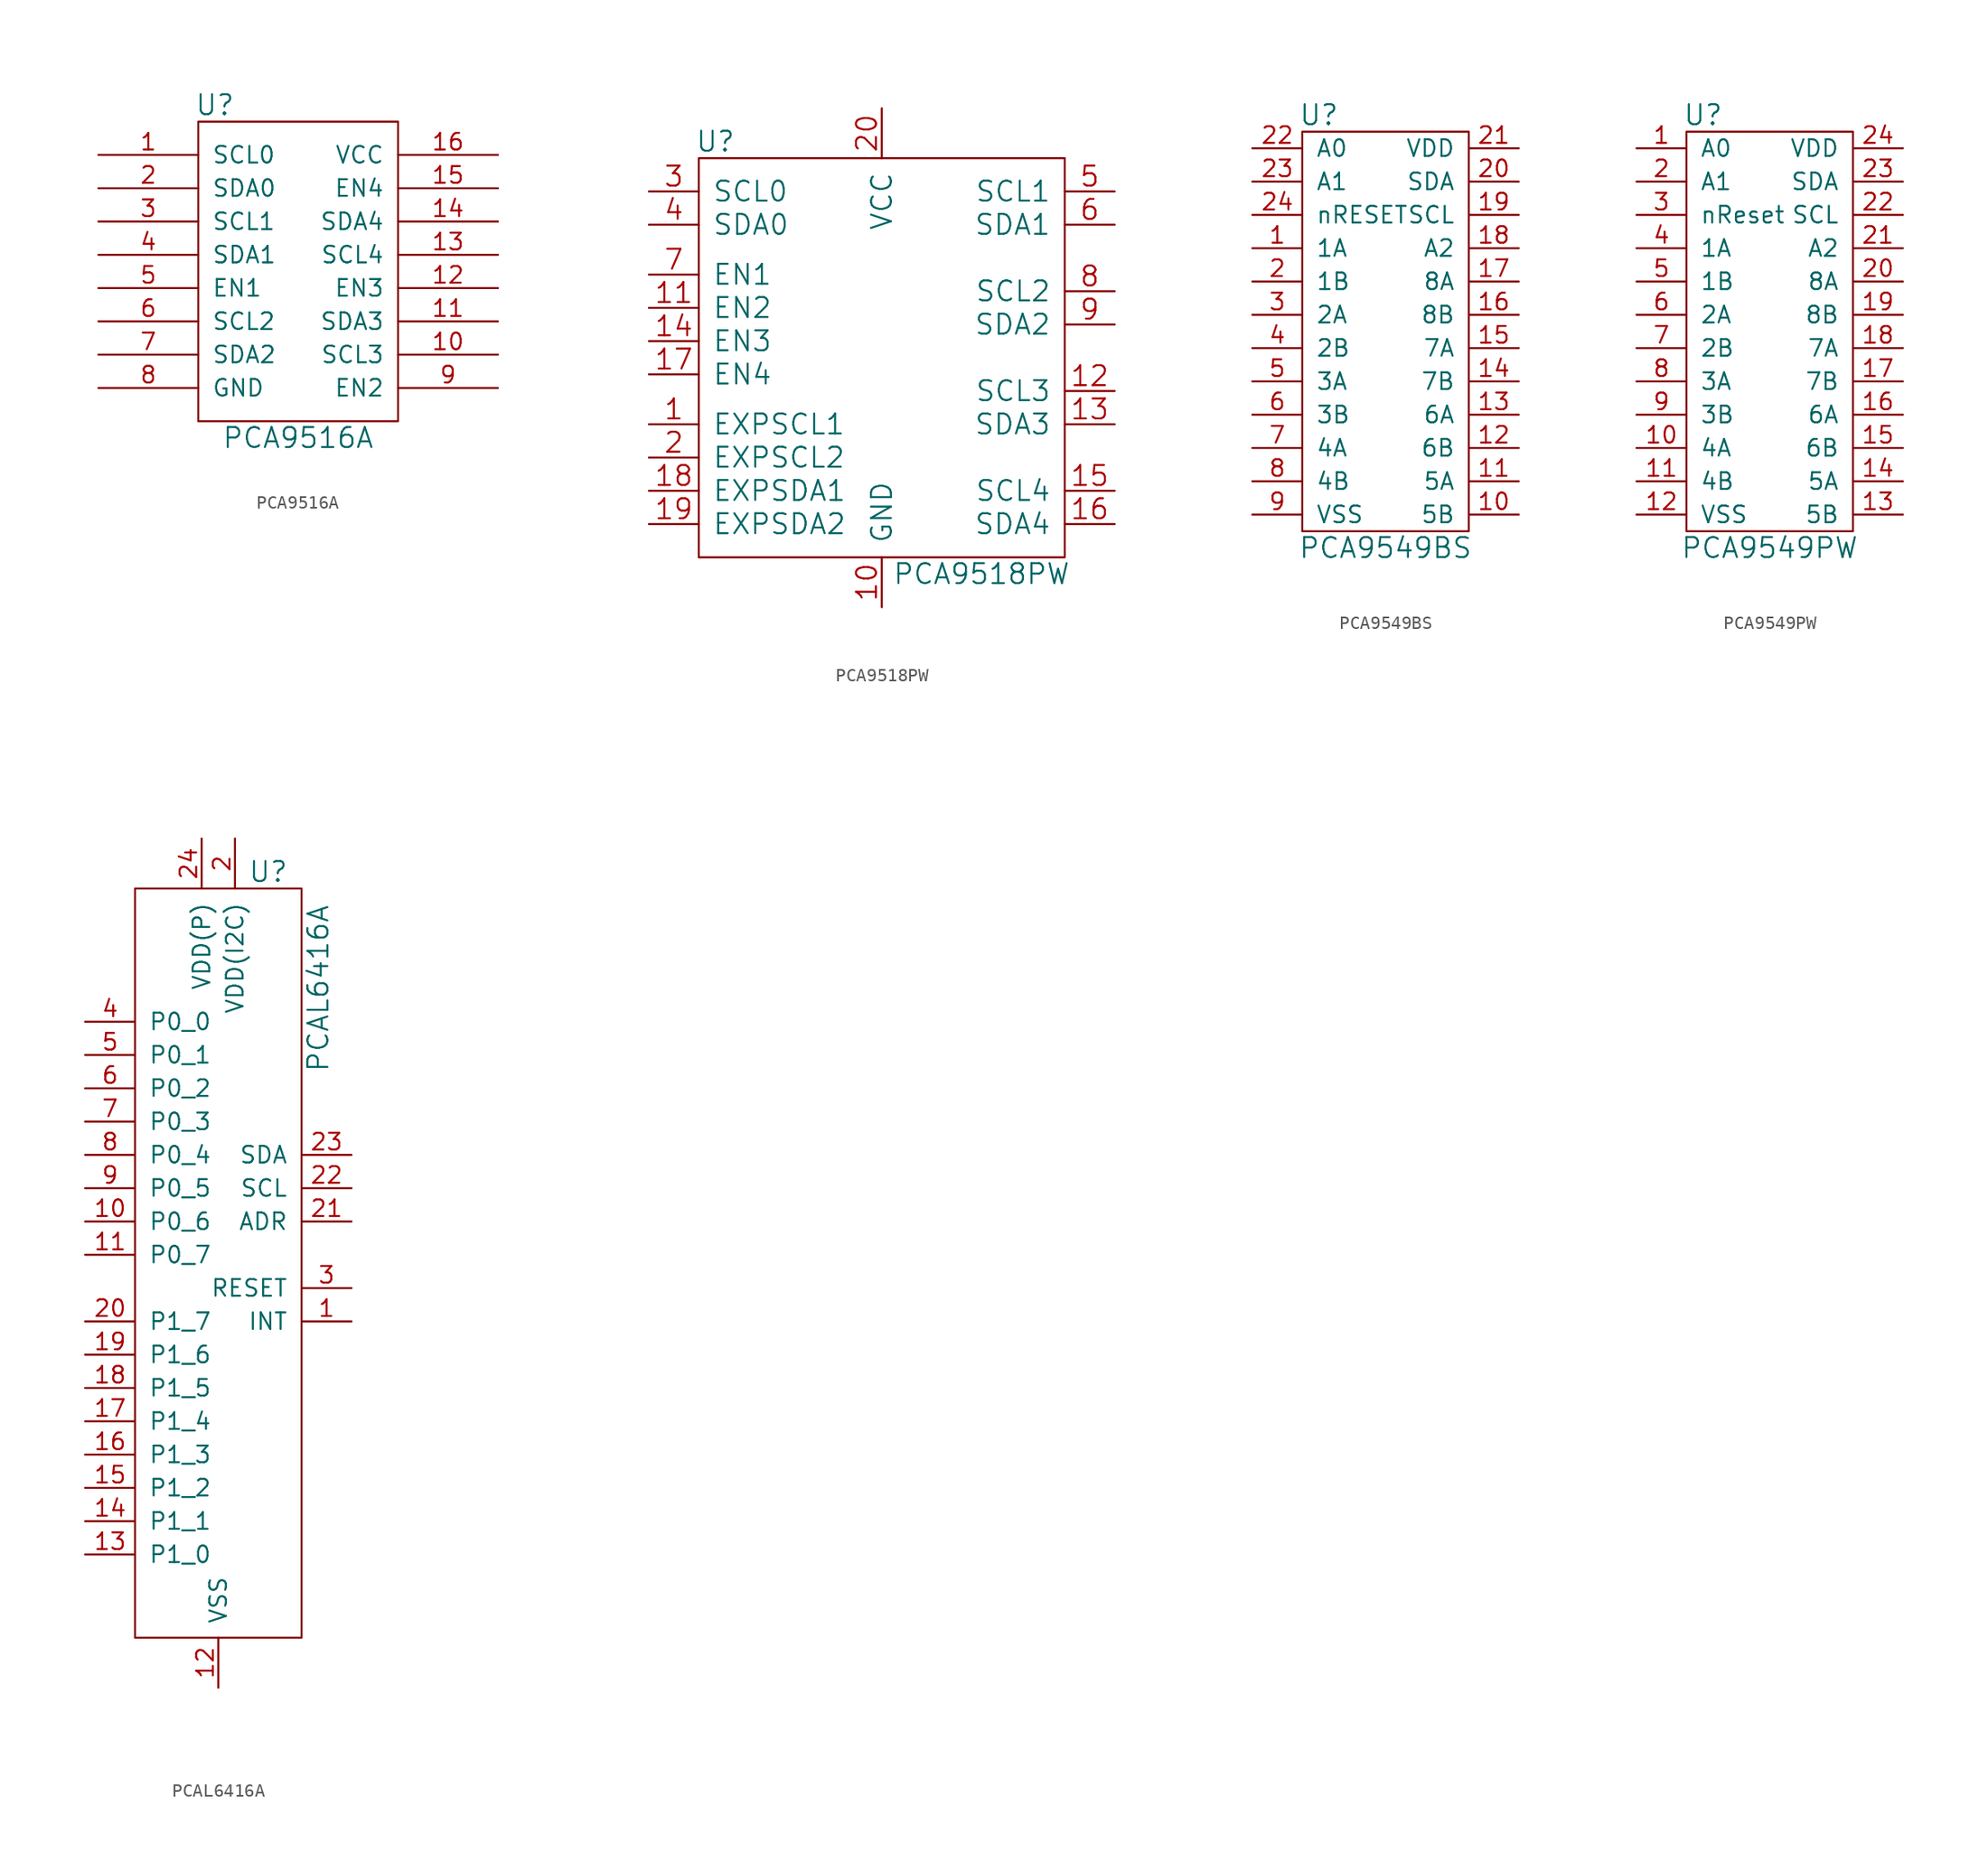
<source format=kicad_sym>
(kicad_symbol_lib
  (version 20211014)
  (generator kicad_symbol_editor)
  (symbol "PCA9516A"
    (pin_names
      (offset 1.016))
    (property "Reference" "U"
      (at -6.35 12.7 0)
      (effects (font (size 1.524 1.524))))
    (property "Value" "PCA9516A"
      (at 0 -12.7 0)
      (effects (font (size 1.524 1.524))))
    (property "Footprint" ""
      (at 0 0 0)
      (effects (font (size 1.524 1.524))))
    (property "Datasheet" ""
      (at 0 0 0)
      (effects (font (size 1.524 1.524))))
    (symbol "PCA9516A_0_1"
      (rectangle (start -7.62 11.43) (end 7.62 -11.43) (stroke (width 0) (type default) (color 0 0 0 0)) (fill (type none))))
    (symbol "PCA9516A_1_1"
      (pin passive line (at -15.24 8.89 0) (length 7.62) (name "SCL0" (effects (font (size 1.27 1.27)))) (number "1" (effects (font (size 1.27 1.27)))))
      (pin passive line (at 15.24 -6.35 180) (length 7.62) (name "SCL3" (effects (font (size 1.27 1.27)))) (number "10" (effects (font (size 1.27 1.27)))))
      (pin passive line (at 15.24 -3.81 180) (length 7.62) (name "SDA3" (effects (font (size 1.27 1.27)))) (number "11" (effects (font (size 1.27 1.27)))))
      (pin passive line (at 15.24 -1.27 180) (length 7.62) (name "EN3" (effects (font (size 1.27 1.27)))) (number "12" (effects (font (size 1.27 1.27)))))
      (pin passive line (at 15.24 1.27 180) (length 7.62) (name "SCL4" (effects (font (size 1.27 1.27)))) (number "13" (effects (font (size 1.27 1.27)))))
      (pin passive line (at 15.24 3.81 180) (length 7.62) (name "SDA4" (effects (font (size 1.27 1.27)))) (number "14" (effects (font (size 1.27 1.27)))))
      (pin passive line (at 15.24 6.35 180) (length 7.62) (name "EN4" (effects (font (size 1.27 1.27)))) (number "15" (effects (font (size 1.27 1.27)))))
      (pin passive line (at 15.24 8.89 180) (length 7.62) (name "VCC" (effects (font (size 1.27 1.27)))) (number "16" (effects (font (size 1.27 1.27)))))
      (pin passive line (at -15.24 6.35 0) (length 7.62) (name "SDA0" (effects (font (size 1.27 1.27)))) (number "2" (effects (font (size 1.27 1.27)))))
      (pin passive line (at -15.24 3.81 0) (length 7.62) (name "SCL1" (effects (font (size 1.27 1.27)))) (number "3" (effects (font (size 1.27 1.27)))))
      (pin passive line (at -15.24 1.27 0) (length 7.62) (name "SDA1" (effects (font (size 1.27 1.27)))) (number "4" (effects (font (size 1.27 1.27)))))
      (pin passive line (at -15.24 -1.27 0) (length 7.62) (name "EN1" (effects (font (size 1.27 1.27)))) (number "5" (effects (font (size 1.27 1.27)))))
      (pin passive line (at -15.24 -3.81 0) (length 7.62) (name "SCL2" (effects (font (size 1.27 1.27)))) (number "6" (effects (font (size 1.27 1.27)))))
      (pin passive line (at -15.24 -6.35 0) (length 7.62) (name "SDA2" (effects (font (size 1.27 1.27)))) (number "7" (effects (font (size 1.27 1.27)))))
      (pin passive line (at -15.24 -8.89 0) (length 7.62) (name "GND" (effects (font (size 1.27 1.27)))) (number "8" (effects (font (size 1.27 1.27)))))
      (pin passive line (at 15.24 -8.89 180) (length 7.62) (name "EN2" (effects (font (size 1.27 1.27)))) (number "9" (effects (font (size 1.27 1.27)))))))
  (symbol "PCA9518PW"
    (pin_names
      (offset 1.016))
    (property "Reference" "U"
      (at -12.7 16.51 0)
      (effects (font (size 1.524 1.524))))
    (property "Value" "PCA9518PW"
      (at 7.62 -16.51 0)
      (effects (font (size 1.524 1.524))))
    (property "Footprint" ""
      (at 0 -1.27 0)
      (effects (font (size 1.524 1.524))))
    (property "Datasheet" ""
      (at 0 -1.27 0)
      (effects (font (size 1.524 1.524))))
    (symbol "PCA9518PW_0_1"
      (rectangle (start -13.97 15.24) (end 13.97 -15.24) (stroke (width 0) (type default) (color 0 0 0 0)) (fill (type none))))
    (symbol "PCA9518PW_1_1"
      (pin passive line (at -17.78 -5.08 0) (length 3.81) (name "EXPSCL1" (effects (font (size 1.524 1.524)))) (number "1" (effects (font (size 1.524 1.524)))))
      (pin passive line (at 0 -19.05 90) (length 3.81) (name "GND" (effects (font (size 1.524 1.524)))) (number "10" (effects (font (size 1.524 1.524)))))
      (pin passive line (at -17.78 3.81 0) (length 3.81) (name "EN2" (effects (font (size 1.524 1.524)))) (number "11" (effects (font (size 1.524 1.524)))))
      (pin passive line (at 17.78 -2.54 180) (length 3.81) (name "SCL3" (effects (font (size 1.524 1.524)))) (number "12" (effects (font (size 1.524 1.524)))))
      (pin passive line (at 17.78 -5.08 180) (length 3.81) (name "SDA3" (effects (font (size 1.524 1.524)))) (number "13" (effects (font (size 1.524 1.524)))))
      (pin passive line (at -17.78 1.27 0) (length 3.81) (name "EN3" (effects (font (size 1.524 1.524)))) (number "14" (effects (font (size 1.524 1.524)))))
      (pin passive line (at 17.78 -10.16 180) (length 3.81) (name "SCL4" (effects (font (size 1.524 1.524)))) (number "15" (effects (font (size 1.524 1.524)))))
      (pin passive line (at 17.78 -12.7 180) (length 3.81) (name "SDA4" (effects (font (size 1.524 1.524)))) (number "16" (effects (font (size 1.524 1.524)))))
      (pin passive line (at -17.78 -1.27 0) (length 3.81) (name "EN4" (effects (font (size 1.524 1.524)))) (number "17" (effects (font (size 1.524 1.524)))))
      (pin passive line (at -17.78 -10.16 0) (length 3.81) (name "EXPSDA1" (effects (font (size 1.524 1.524)))) (number "18" (effects (font (size 1.524 1.524)))))
      (pin passive line (at -17.78 -12.7 0) (length 3.81) (name "EXPSDA2" (effects (font (size 1.524 1.524)))) (number "19" (effects (font (size 1.524 1.524)))))
      (pin passive line (at -17.78 -7.62 0) (length 3.81) (name "EXPSCL2" (effects (font (size 1.524 1.524)))) (number "2" (effects (font (size 1.524 1.524)))))
      (pin passive line (at 0 19.05 270) (length 3.81) (name "VCC" (effects (font (size 1.524 1.524)))) (number "20" (effects (font (size 1.524 1.524)))))
      (pin passive line (at -17.78 12.7 0) (length 3.81) (name "SCL0" (effects (font (size 1.524 1.524)))) (number "3" (effects (font (size 1.524 1.524)))))
      (pin passive line (at -17.78 10.16 0) (length 3.81) (name "SDA0" (effects (font (size 1.524 1.524)))) (number "4" (effects (font (size 1.524 1.524)))))
      (pin passive line (at 17.78 12.7 180) (length 3.81) (name "SCL1" (effects (font (size 1.524 1.524)))) (number "5" (effects (font (size 1.524 1.524)))))
      (pin passive line (at 17.78 10.16 180) (length 3.81) (name "SDA1" (effects (font (size 1.524 1.524)))) (number "6" (effects (font (size 1.524 1.524)))))
      (pin passive line (at -17.78 6.35 0) (length 3.81) (name "EN1" (effects (font (size 1.524 1.524)))) (number "7" (effects (font (size 1.524 1.524)))))
      (pin passive line (at 17.78 5.08 180) (length 3.81) (name "SCL2" (effects (font (size 1.524 1.524)))) (number "8" (effects (font (size 1.524 1.524)))))
      (pin passive line (at 17.78 2.54 180) (length 3.81) (name "SDA2" (effects (font (size 1.524 1.524)))) (number "9" (effects (font (size 1.524 1.524)))))))
  (symbol "PCA9549BS"
    (pin_names
      (offset 1.016))
    (property "Reference" "U"
      (at -5.08 16.51 0)
      (effects (font (size 1.524 1.524))))
    (property "Value" "PCA9549BS"
      (at 0 -16.51 0)
      (effects (font (size 1.524 1.524))))
    (property "Footprint" ""
      (at 0 0 0)
      (effects (font (size 1.524 1.524))))
    (property "Datasheet" ""
      (at 0 0 0)
      (effects (font (size 1.524 1.524))))
    (symbol "PCA9549BS_0_1"
      (rectangle (start -6.35 15.24) (end 6.35 -15.24) (stroke (width 0) (type default) (color 0 0 0 0)) (fill (type none))))
    (symbol "PCA9549BS_1_1"
      (pin passive line (at -10.16 6.35 0) (length 3.81) (name "1A" (effects (font (size 1.27 1.27)))) (number "1" (effects (font (size 1.27 1.27)))))
      (pin passive line (at 10.16 -13.97 180) (length 3.81) (name "5B" (effects (font (size 1.27 1.27)))) (number "10" (effects (font (size 1.27 1.27)))))
      (pin passive line (at 10.16 -11.43 180) (length 3.81) (name "5A" (effects (font (size 1.27 1.27)))) (number "11" (effects (font (size 1.27 1.27)))))
      (pin passive line (at 10.16 -8.89 180) (length 3.81) (name "6B" (effects (font (size 1.27 1.27)))) (number "12" (effects (font (size 1.27 1.27)))))
      (pin passive line (at 10.16 -6.35 180) (length 3.81) (name "6A" (effects (font (size 1.27 1.27)))) (number "13" (effects (font (size 1.27 1.27)))))
      (pin passive line (at 10.16 -3.81 180) (length 3.81) (name "7B" (effects (font (size 1.27 1.27)))) (number "14" (effects (font (size 1.27 1.27)))))
      (pin passive line (at 10.16 -1.27 180) (length 3.81) (name "7A" (effects (font (size 1.27 1.27)))) (number "15" (effects (font (size 1.27 1.27)))))
      (pin passive line (at 10.16 1.27 180) (length 3.81) (name "8B" (effects (font (size 1.27 1.27)))) (number "16" (effects (font (size 1.27 1.27)))))
      (pin passive line (at 10.16 3.81 180) (length 3.81) (name "8A" (effects (font (size 1.27 1.27)))) (number "17" (effects (font (size 1.27 1.27)))))
      (pin passive line (at 10.16 6.35 180) (length 3.81) (name "A2" (effects (font (size 1.27 1.27)))) (number "18" (effects (font (size 1.27 1.27)))))
      (pin passive line (at 10.16 8.89 180) (length 3.81) (name "SCL" (effects (font (size 1.27 1.27)))) (number "19" (effects (font (size 1.27 1.27)))))
      (pin passive line (at -10.16 3.81 0) (length 3.81) (name "1B" (effects (font (size 1.27 1.27)))) (number "2" (effects (font (size 1.27 1.27)))))
      (pin passive line (at 10.16 11.43 180) (length 3.81) (name "SDA" (effects (font (size 1.27 1.27)))) (number "20" (effects (font (size 1.27 1.27)))))
      (pin passive line (at 10.16 13.97 180) (length 3.81) (name "VDD" (effects (font (size 1.27 1.27)))) (number "21" (effects (font (size 1.27 1.27)))))
      (pin passive line (at -10.16 13.97 0) (length 3.81) (name "A0" (effects (font (size 1.27 1.27)))) (number "22" (effects (font (size 1.27 1.27)))))
      (pin passive line (at -10.16 11.43 0) (length 3.81) (name "A1" (effects (font (size 1.27 1.27)))) (number "23" (effects (font (size 1.27 1.27)))))
      (pin passive line (at -10.16 8.89 0) (length 3.81) (name "nRESET" (effects (font (size 1.27 1.27)))) (number "24" (effects (font (size 1.27 1.27)))))
      (pin passive line (at -10.16 1.27 0) (length 3.81) (name "2A" (effects (font (size 1.27 1.27)))) (number "3" (effects (font (size 1.27 1.27)))))
      (pin passive line (at -10.16 -1.27 0) (length 3.81) (name "2B" (effects (font (size 1.27 1.27)))) (number "4" (effects (font (size 1.27 1.27)))))
      (pin passive line (at -10.16 -3.81 0) (length 3.81) (name "3A" (effects (font (size 1.27 1.27)))) (number "5" (effects (font (size 1.27 1.27)))))
      (pin passive line (at -10.16 -6.35 0) (length 3.81) (name "3B" (effects (font (size 1.27 1.27)))) (number "6" (effects (font (size 1.27 1.27)))))
      (pin passive line (at -10.16 -8.89 0) (length 3.81) (name "4A" (effects (font (size 1.27 1.27)))) (number "7" (effects (font (size 1.27 1.27)))))
      (pin passive line (at -10.16 -11.43 0) (length 3.81) (name "4B" (effects (font (size 1.27 1.27)))) (number "8" (effects (font (size 1.27 1.27)))))
      (pin passive line (at -10.16 -13.97 0) (length 3.81) (name "VSS" (effects (font (size 1.27 1.27)))) (number "9" (effects (font (size 1.27 1.27)))))))
  (symbol "PCA9549PW"
    (pin_names
      (offset 1.016))
    (property "Reference" "U"
      (at -5.08 16.51 0)
      (effects (font (size 1.524 1.524))))
    (property "Value" "PCA9549PW"
      (at 0 -16.51 0)
      (effects (font (size 1.524 1.524))))
    (property "Footprint" ""
      (at 0 0 0)
      (effects (font (size 1.524 1.524))))
    (property "Datasheet" ""
      (at 0 0 0)
      (effects (font (size 1.524 1.524))))
    (symbol "PCA9549PW_0_1"
      (rectangle (start -6.35 15.24) (end 6.35 -15.24) (stroke (width 0) (type default) (color 0 0 0 0)) (fill (type none))))
    (symbol "PCA9549PW_1_1"
      (pin passive line (at -10.16 13.97 0) (length 3.81) (name "A0" (effects (font (size 1.27 1.27)))) (number "1" (effects (font (size 1.27 1.27)))))
      (pin passive line (at -10.16 -8.89 0) (length 3.81) (name "4A" (effects (font (size 1.27 1.27)))) (number "10" (effects (font (size 1.27 1.27)))))
      (pin passive line (at -10.16 -11.43 0) (length 3.81) (name "4B" (effects (font (size 1.27 1.27)))) (number "11" (effects (font (size 1.27 1.27)))))
      (pin passive line (at -10.16 -13.97 0) (length 3.81) (name "VSS" (effects (font (size 1.27 1.27)))) (number "12" (effects (font (size 1.27 1.27)))))
      (pin passive line (at 10.16 -13.97 180) (length 3.81) (name "5B" (effects (font (size 1.27 1.27)))) (number "13" (effects (font (size 1.27 1.27)))))
      (pin passive line (at 10.16 -11.43 180) (length 3.81) (name "5A" (effects (font (size 1.27 1.27)))) (number "14" (effects (font (size 1.27 1.27)))))
      (pin passive line (at 10.16 -8.89 180) (length 3.81) (name "6B" (effects (font (size 1.27 1.27)))) (number "15" (effects (font (size 1.27 1.27)))))
      (pin passive line (at 10.16 -6.35 180) (length 3.81) (name "6A" (effects (font (size 1.27 1.27)))) (number "16" (effects (font (size 1.27 1.27)))))
      (pin passive line (at 10.16 -3.81 180) (length 3.81) (name "7B" (effects (font (size 1.27 1.27)))) (number "17" (effects (font (size 1.27 1.27)))))
      (pin passive line (at 10.16 -1.27 180) (length 3.81) (name "7A" (effects (font (size 1.27 1.27)))) (number "18" (effects (font (size 1.27 1.27)))))
      (pin passive line (at 10.16 1.27 180) (length 3.81) (name "8B" (effects (font (size 1.27 1.27)))) (number "19" (effects (font (size 1.27 1.27)))))
      (pin passive line (at -10.16 11.43 0) (length 3.81) (name "A1" (effects (font (size 1.27 1.27)))) (number "2" (effects (font (size 1.27 1.27)))))
      (pin passive line (at 10.16 3.81 180) (length 3.81) (name "8A" (effects (font (size 1.27 1.27)))) (number "20" (effects (font (size 1.27 1.27)))))
      (pin passive line (at 10.16 6.35 180) (length 3.81) (name "A2" (effects (font (size 1.27 1.27)))) (number "21" (effects (font (size 1.27 1.27)))))
      (pin passive line (at 10.16 8.89 180) (length 3.81) (name "SCL" (effects (font (size 1.27 1.27)))) (number "22" (effects (font (size 1.27 1.27)))))
      (pin passive line (at 10.16 11.43 180) (length 3.81) (name "SDA" (effects (font (size 1.27 1.27)))) (number "23" (effects (font (size 1.27 1.27)))))
      (pin passive line (at 10.16 13.97 180) (length 3.81) (name "VDD" (effects (font (size 1.27 1.27)))) (number "24" (effects (font (size 1.27 1.27)))))
      (pin passive line (at -10.16 8.89 0) (length 3.81) (name "nReset" (effects (font (size 1.27 1.27)))) (number "3" (effects (font (size 1.27 1.27)))))
      (pin passive line (at -10.16 6.35 0) (length 3.81) (name "1A" (effects (font (size 1.27 1.27)))) (number "4" (effects (font (size 1.27 1.27)))))
      (pin passive line (at -10.16 3.81 0) (length 3.81) (name "1B" (effects (font (size 1.27 1.27)))) (number "5" (effects (font (size 1.27 1.27)))))
      (pin passive line (at -10.16 1.27 0) (length 3.81) (name "2A" (effects (font (size 1.27 1.27)))) (number "6" (effects (font (size 1.27 1.27)))))
      (pin passive line (at -10.16 -1.27 0) (length 3.81) (name "2B" (effects (font (size 1.27 1.27)))) (number "7" (effects (font (size 1.27 1.27)))))
      (pin passive line (at -10.16 -3.81 0) (length 3.81) (name "3A" (effects (font (size 1.27 1.27)))) (number "8" (effects (font (size 1.27 1.27)))))
      (pin passive line (at -10.16 -6.35 0) (length 3.81) (name "3B" (effects (font (size 1.27 1.27)))) (number "9" (effects (font (size 1.27 1.27)))))))
  (symbol "PCAL6416A"
    (pin_names
      (offset 1.016))
    (property "Reference" "U"
      (at 3.81 31.75 0)
      (effects (font (size 1.524 1.524))))
    (property "Value" "PCAL6416A"
      (at 7.62 22.86 90)
      (effects (font (size 1.524 1.524))))
    (property "Footprint" ""
      (at 0 5.08 0)
      (effects (font (size 1.524 1.524))))
    (property "Datasheet" ""
      (at 0 5.08 0)
      (effects (font (size 1.524 1.524))))
    (symbol "PCAL6416A_0_1"
      (rectangle (start -6.35 30.48) (end 6.35 -26.67) (stroke (width 0) (type default) (color 0 0 0 0)) (fill (type none))))
    (symbol "PCAL6416A_1_1"
      (pin bidirectional line (at 10.16 -2.54 180) (length 3.81) (name "INT" (effects (font (size 1.27 1.27)))) (number "1" (effects (font (size 1.27 1.27)))))
      (pin bidirectional line (at -10.16 5.08 0) (length 3.81) (name "P0_6" (effects (font (size 1.27 1.27)))) (number "10" (effects (font (size 1.27 1.27)))))
      (pin bidirectional line (at -10.16 2.54 0) (length 3.81) (name "P0_7" (effects (font (size 1.27 1.27)))) (number "11" (effects (font (size 1.27 1.27)))))
      (pin bidirectional line (at 0 -30.48 90) (length 3.81) (name "VSS" (effects (font (size 1.27 1.27)))) (number "12" (effects (font (size 1.27 1.27)))))
      (pin bidirectional line (at -10.16 -20.32 0) (length 3.81) (name "P1_0" (effects (font (size 1.27 1.27)))) (number "13" (effects (font (size 1.27 1.27)))))
      (pin bidirectional line (at -10.16 -17.78 0) (length 3.81) (name "P1_1" (effects (font (size 1.27 1.27)))) (number "14" (effects (font (size 1.27 1.27)))))
      (pin bidirectional line (at -10.16 -15.24 0) (length 3.81) (name "P1_2" (effects (font (size 1.27 1.27)))) (number "15" (effects (font (size 1.27 1.27)))))
      (pin bidirectional line (at -10.16 -12.7 0) (length 3.81) (name "P1_3" (effects (font (size 1.27 1.27)))) (number "16" (effects (font (size 1.27 1.27)))))
      (pin bidirectional line (at -10.16 -10.16 0) (length 3.81) (name "P1_4" (effects (font (size 1.27 1.27)))) (number "17" (effects (font (size 1.27 1.27)))))
      (pin bidirectional line (at -10.16 -7.62 0) (length 3.81) (name "P1_5" (effects (font (size 1.27 1.27)))) (number "18" (effects (font (size 1.27 1.27)))))
      (pin bidirectional line (at -10.16 -5.08 0) (length 3.81) (name "P1_6" (effects (font (size 1.27 1.27)))) (number "19" (effects (font (size 1.27 1.27)))))
      (pin bidirectional line (at 1.27 34.29 270) (length 3.81) (name "VDD(I2C)" (effects (font (size 1.27 1.27)))) (number "2" (effects (font (size 1.27 1.27)))))
      (pin bidirectional line (at -10.16 -2.54 0) (length 3.81) (name "P1_7" (effects (font (size 1.27 1.27)))) (number "20" (effects (font (size 1.27 1.27)))))
      (pin bidirectional line (at 10.16 5.08 180) (length 3.81) (name "ADR" (effects (font (size 1.27 1.27)))) (number "21" (effects (font (size 1.27 1.27)))))
      (pin bidirectional line (at 10.16 7.62 180) (length 3.81) (name "SCL" (effects (font (size 1.27 1.27)))) (number "22" (effects (font (size 1.27 1.27)))))
      (pin bidirectional line (at 10.16 10.16 180) (length 3.81) (name "SDA" (effects (font (size 1.27 1.27)))) (number "23" (effects (font (size 1.27 1.27)))))
      (pin bidirectional line (at -1.27 34.29 270) (length 3.81) (name "VDD(P)" (effects (font (size 1.27 1.27)))) (number "24" (effects (font (size 1.27 1.27)))))
      (pin bidirectional line (at 10.16 0 180) (length 3.81) (name "RESET" (effects (font (size 1.27 1.27)))) (number "3" (effects (font (size 1.27 1.27)))))
      (pin bidirectional line (at -10.16 20.32 0) (length 3.81) (name "P0_0" (effects (font (size 1.27 1.27)))) (number "4" (effects (font (size 1.27 1.27)))))
      (pin bidirectional line (at -10.16 17.78 0) (length 3.81) (name "P0_1" (effects (font (size 1.27 1.27)))) (number "5" (effects (font (size 1.27 1.27)))))
      (pin bidirectional line (at -10.16 15.24 0) (length 3.81) (name "P0_2" (effects (font (size 1.27 1.27)))) (number "6" (effects (font (size 1.27 1.27)))))
      (pin bidirectional line (at -10.16 12.7 0) (length 3.81) (name "P0_3" (effects (font (size 1.27 1.27)))) (number "7" (effects (font (size 1.27 1.27)))))
      (pin bidirectional line (at -10.16 10.16 0) (length 3.81) (name "P0_4" (effects (font (size 1.27 1.27)))) (number "8" (effects (font (size 1.27 1.27)))))
      (pin bidirectional line (at -10.16 7.62 0) (length 3.81) (name "P0_5" (effects (font (size 1.27 1.27)))) (number "9" (effects (font (size 1.27 1.27))))))))
</source>
